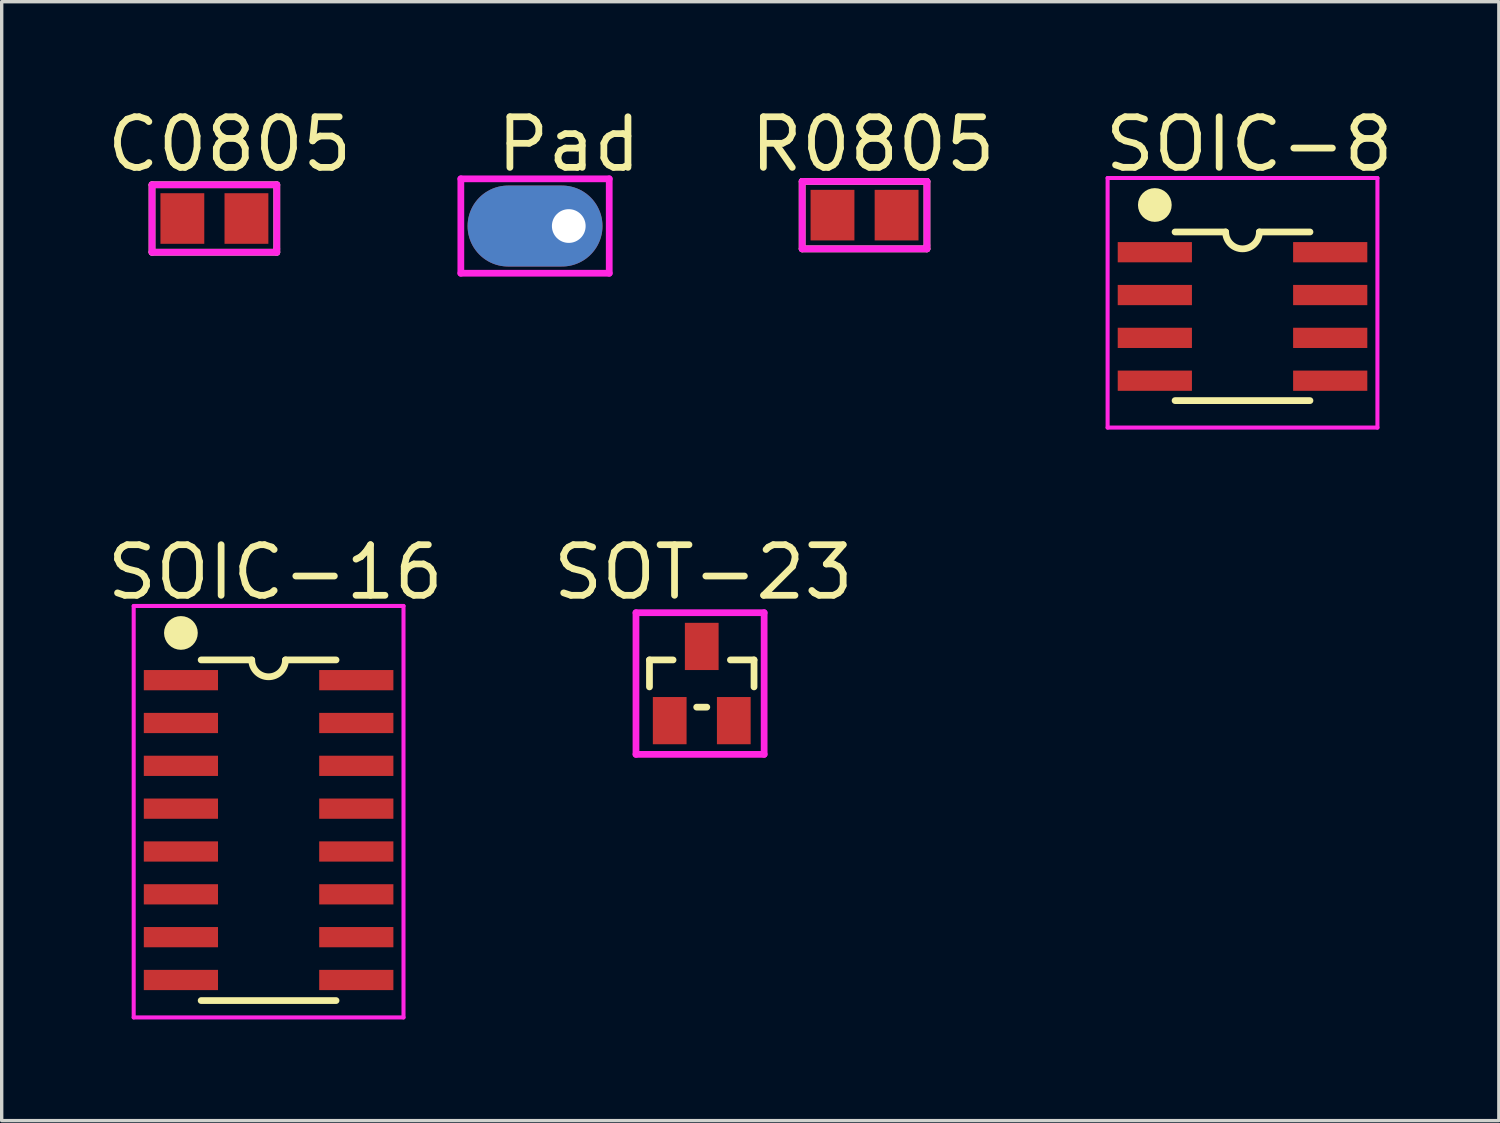
<source format=kicad_pcb>
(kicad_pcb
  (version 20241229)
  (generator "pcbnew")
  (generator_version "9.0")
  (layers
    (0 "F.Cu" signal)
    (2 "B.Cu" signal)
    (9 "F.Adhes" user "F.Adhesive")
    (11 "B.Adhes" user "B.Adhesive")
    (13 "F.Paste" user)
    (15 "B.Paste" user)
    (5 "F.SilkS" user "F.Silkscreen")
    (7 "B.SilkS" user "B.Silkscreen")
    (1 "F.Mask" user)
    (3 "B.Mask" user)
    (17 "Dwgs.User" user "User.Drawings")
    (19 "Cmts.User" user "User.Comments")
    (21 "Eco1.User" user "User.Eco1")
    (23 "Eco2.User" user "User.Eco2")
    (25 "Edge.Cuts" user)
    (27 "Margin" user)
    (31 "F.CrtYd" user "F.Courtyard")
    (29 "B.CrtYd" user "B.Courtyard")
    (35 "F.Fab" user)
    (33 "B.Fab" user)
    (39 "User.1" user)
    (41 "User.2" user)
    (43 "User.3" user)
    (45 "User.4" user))
  (footprint "SOIC-8"
    (layer "F.Cu")
    (at 31.191 4.428)
    (property "Reference" "SOIC-8" (at 2.8 -3.2 0) (layer "F.SilkS") (effects (font (size 1.5 1.5) (thickness 0.2))))
    (attr through_hole)
    (fp_line (start 0.6 -0.6) (end 2.1 -0.6) (stroke (width 0.2) (type solid)) (layer "F.SilkS"))
    (fp_line (start 0.6 4.4) (end 4.6 4.4) (stroke (width 0.2) (type solid)) (layer "F.SilkS"))
    (fp_line (start 3.1 -0.6) (end 4.6 -0.6) (stroke (width 0.2) (type solid)) (layer "F.SilkS"))
    (fp_arc (start 3.1 -0.6) (mid 2.6 -0.1) (end 2.1 -0.6) (stroke (width 0.2) (type solid)) (layer "F.SilkS"))
    (fp_circle (center 0 -1.4) (end 0.25 -1.4) (stroke (width 0.5) (type solid)) (fill no) (layer "F.SilkS"))
    (fp_line (start -1.4 -2.2) (end 6.6 -2.2) (stroke (width 0.12) (type solid)) (layer "F.CrtYd"))
    (fp_line (start -1.4 5.2) (end -1.4 -2.2) (stroke (width 0.12) (type solid)) (layer "F.CrtYd"))
    (fp_line (start 6.6 -2.2) (end 6.6 5.2) (stroke (width 0.12) (type solid)) (layer "F.CrtYd"))
    (fp_line (start 6.6 5.2) (end -1.4 5.2) (stroke (width 0.12) (type solid)) (layer "F.CrtYd"))
    (pad "1" smd rect (at 0 0) (size 2.2 0.6) (layers "F.Cu" "F.Mask" "F.Paste"))
    (pad "2" smd rect (at 0 1.27) (size 2.2 0.6) (layers "F.Cu" "F.Mask" "F.Paste"))
    (pad "3" smd rect (at 0 2.54) (size 2.2 0.6) (layers "F.Cu" "F.Mask" "F.Paste"))
    (pad "4" smd rect (at 0 3.81) (size 2.2 0.6) (layers "F.Cu" "F.Mask" "F.Paste"))
    (pad "5" smd rect (at 5.2 3.81) (size 2.2 0.6) (layers "F.Cu" "F.Mask" "F.Paste"))
    (pad "6" smd rect (at 5.2 2.54) (size 2.2 0.6) (layers "F.Cu" "F.Mask" "F.Paste"))
    (pad "7" smd rect (at 5.2 1.27) (size 2.2 0.6) (layers "F.Cu" "F.Mask" "F.Paste"))
    (pad "8" smd rect (at 5.2 0) (size 2.2 0.6) (layers "F.Cu" "F.Mask" "F.Paste")))
  (footprint "R0805"
    (layer "F.Cu")
    (at 21.634 3.329)
    (property "Reference" "R0805" (at 1.2 -2.1 0) (layer "F.SilkS") (effects (font (size 1.5 1.5) (thickness 0.2))))
    (attr through_hole)
    (fp_line (start -0.9 -1) (end 2.8 -1) (stroke (width 0.2) (type solid)) (layer "F.SilkS"))
    (fp_line (start -0.9 1) (end -0.9 -1) (stroke (width 0.2) (type solid)) (layer "F.SilkS"))
    (fp_line (start 2.8 -1) (end 2.8 1) (stroke (width 0.2) (type solid)) (layer "F.SilkS"))
    (fp_line (start 2.8 1) (end -0.9 1) (stroke (width 0.2) (type solid)) (layer "F.SilkS"))
    (fp_line (start -0.9 -1) (end -0.9 1) (stroke (width 0.2) (type solid)) (layer "F.CrtYd"))
    (fp_line (start -0.9 -1) (end 2.8 -1) (stroke (width 0.2) (type solid)) (layer "F.CrtYd"))
    (fp_line (start -0.9 1) (end 2.8 1) (stroke (width 0.2) (type solid)) (layer "F.CrtYd"))
    (fp_line (start 2.8 -1) (end 2.8 0.9) (stroke (width 0.2) (type solid)) (layer "F.CrtYd"))
    (fp_line (start 2.8 1) (end 2.8 0.9) (stroke (width 0.2) (type solid)) (layer "F.CrtYd"))
    (pad "1" smd rect (at 0 0) (size 1.3 1.5) (layers "F.Cu" "F.Mask" "F.Paste"))
    (pad "2" smd rect (at 1.9 0) (size 1.3 1.5) (layers "F.Cu" "F.Mask" "F.Paste")))
  (footprint "C0805"
    (layer "F.Cu")
    (at 2.357 3.429)
    (property "Reference" "C0805" (at 1.4 -2.2 0) (layer "F.SilkS") (effects (font (size 1.5 1.5) (thickness 0.2))))
    (attr through_hole)
    (fp_line (start -0.9 -1) (end 2.8 -1) (stroke (width 0.2) (type solid)) (layer "F.SilkS"))
    (fp_line (start -0.9 1) (end -0.9 -1) (stroke (width 0.2) (type solid)) (layer "F.SilkS"))
    (fp_line (start 2.8 -1) (end 2.8 1) (stroke (width 0.2) (type solid)) (layer "F.SilkS"))
    (fp_line (start 2.8 1) (end -0.9 1) (stroke (width 0.2) (type solid)) (layer "F.SilkS"))
    (fp_line (start -0.9 -1) (end -0.9 1) (stroke (width 0.2) (type solid)) (layer "F.CrtYd"))
    (fp_line (start -0.9 -1) (end 2.8 -1) (stroke (width 0.2) (type solid)) (layer "F.CrtYd"))
    (fp_line (start -0.9 1) (end 2.8 1) (stroke (width 0.2) (type solid)) (layer "F.CrtYd"))
    (fp_line (start 2.8 -1) (end 2.8 0.9) (stroke (width 0.2) (type solid)) (layer "F.CrtYd"))
    (fp_line (start 2.8 1) (end 2.8 0.9) (stroke (width 0.2) (type solid)) (layer "F.CrtYd"))
    (pad "1" smd rect (at 0 0) (size 1.3 1.5) (layers "F.Cu" "F.Mask" "F.Paste"))
    (pad "2" smd rect (at 1.9 0) (size 1.3 1.5) (layers "F.Cu" "F.Mask" "F.Paste")))
  (footprint "SOIC-16"
    (layer "F.Cu")
    (at 2.314 17.117)
    (property "Reference" "SOIC-16" (at 2.8 -3.2 0) (layer "F.SilkS") (effects (font (size 1.5 1.5) (thickness 0.2))))
    (attr through_hole)
    (fp_line (start 0.6 -0.6) (end 2.1 -0.6) (stroke (width 0.2) (type solid)) (layer "F.SilkS"))
    (fp_line (start 0.6 9.5) (end 4.6 9.5) (stroke (width 0.2) (type solid)) (layer "F.SilkS"))
    (fp_line (start 3.1 -0.6) (end 4.6 -0.6) (stroke (width 0.2) (type solid)) (layer "F.SilkS"))
    (fp_arc (start 3.1 -0.6) (mid 2.6 -0.1) (end 2.1 -0.6) (stroke (width 0.2) (type solid)) (layer "F.SilkS"))
    (fp_circle (center 0 -1.4) (end 0.25 -1.4) (stroke (width 0.5) (type solid)) (fill no) (layer "F.SilkS"))
    (fp_line (start -1.4 -2.2) (end 6.6 -2.2) (stroke (width 0.12) (type solid)) (layer "F.CrtYd"))
    (fp_line (start -1.4 10) (end -1.4 -2.2) (stroke (width 0.12) (type solid)) (layer "F.CrtYd"))
    (fp_line (start 6.6 -2.2) (end 6.6 10) (stroke (width 0.12) (type solid)) (layer "F.CrtYd"))
    (fp_line (start 6.6 10) (end -1.4 10) (stroke (width 0.12) (type solid)) (layer "F.CrtYd"))
    (pad "1" smd rect (at 0 0) (size 2.2 0.6) (layers "F.Cu" "F.Mask" "F.Paste"))
    (pad "2" smd rect (at 0 1.27) (size 2.2 0.6) (layers "F.Cu" "F.Mask" "F.Paste"))
    (pad "3" smd rect (at 0 2.54) (size 2.2 0.6) (layers "F.Cu" "F.Mask" "F.Paste"))
    (pad "4" smd rect (at 0 3.81) (size 2.2 0.6) (layers "F.Cu" "F.Mask" "F.Paste"))
    (pad "5" smd rect (at 0 5.08) (size 2.2 0.6) (layers "F.Cu" "F.Mask" "F.Paste"))
    (pad "6" smd rect (at 0 6.35) (size 2.2 0.6) (layers "F.Cu" "F.Mask" "F.Paste"))
    (pad "7" smd rect (at 0 7.62) (size 2.2 0.6) (layers "F.Cu" "F.Mask" "F.Paste"))
    (pad "8" smd rect (at 0 8.89) (size 2.2 0.6) (layers "F.Cu" "F.Mask" "F.Paste"))
    (pad "9" smd rect (at 5.2 8.89) (size 2.2 0.6) (layers "F.Cu" "F.Mask" "F.Paste"))
    (pad "10" smd rect (at 5.2 7.62) (size 2.2 0.6) (layers "F.Cu" "F.Mask" "F.Paste"))
    (pad "11" smd rect (at 5.2 6.35) (size 2.2 0.6) (layers "F.Cu" "F.Mask" "F.Paste"))
    (pad "12" smd rect (at 5.2 5.08) (size 2.2 0.6) (layers "F.Cu" "F.Mask" "F.Paste"))
    (pad "13" smd rect (at 5.2 3.81) (size 2.2 0.6) (layers "F.Cu" "F.Mask" "F.Paste"))
    (pad "14" smd rect (at 5.2 2.54) (size 2.2 0.6) (layers "F.Cu" "F.Mask" "F.Paste"))
    (pad "15" smd rect (at 5.2 1.27) (size 2.2 0.6) (layers "F.Cu" "F.Mask" "F.Paste"))
    (pad "16" smd rect (at 5.2 0) (size 2.2 0.6) (layers "F.Cu" "F.Mask" "F.Paste")))
  (footprint "Pad"
    (layer "F.Cu")
    (at 13.814 3.652)
    (property "Reference" "Pad" (at 0.005 -2.423 0) (layer "F.SilkS") (effects (font (size 1.5 1.5) (thickness 0.2))))
    (attr through_hole)
    (fp_line (start -3.2 -1.4) (end 1.2 -1.4) (stroke (width 0.2) (type solid)) (layer "F.CrtYd"))
    (fp_line (start -3.2 1.4) (end -3.2 -1.4) (stroke (width 0.2) (type solid)) (layer "F.CrtYd"))
    (fp_line (start 1.2 -1.4) (end 1.2 1.4) (stroke (width 0.2) (type solid)) (layer "F.CrtYd"))
    (fp_line (start 1.2 1.4) (end -3.2 1.4) (stroke (width 0.2) (type solid)) (layer "F.CrtYd"))
    (pad "1" thru_hole oval (at 0 0) (size 4 2.4) (drill 1 (offset -1 0)) (layers "*.Cu" "*.Mask")))
  (footprint "SOT-23"
    (layer "F.Cu")
    (at 16.807 18.317)
    (property "Reference" "SOT-23" (at 1 -4.4 0) (layer "F.SilkS") (effects (font (size 1.5 1.5) (thickness 0.2))))
    (attr through_hole)
    (fp_line (start -0.6 -1.8) (end -0.6 -1) (stroke (width 0.2) (type solid)) (layer "F.SilkS"))
    (fp_line (start 0.1 -1.8) (end -0.6 -1.8) (stroke (width 0.2) (type solid)) (layer "F.SilkS"))
    (fp_line (start 0.8 -0.4) (end 1.1 -0.4) (stroke (width 0.2) (type solid)) (layer "F.SilkS"))
    (fp_line (start 2.5 -1.8) (end 1.8 -1.8) (stroke (width 0.2) (type solid)) (layer "F.SilkS"))
    (fp_line (start 2.5 -1) (end 2.5 -1.8) (stroke (width 0.2) (type solid)) (layer "F.SilkS"))
    (fp_line (start -1 -3.2) (end 2.8 -3.2) (stroke (width 0.2) (type solid)) (layer "F.CrtYd"))
    (fp_line (start -1 1) (end -1 -3.2) (stroke (width 0.2) (type solid)) (layer "F.CrtYd"))
    (fp_line (start 2.8 -3.2) (end 2.8 1) (stroke (width 0.2) (type solid)) (layer "F.CrtYd"))
    (fp_line (start 2.8 1) (end -1 1) (stroke (width 0.2) (type solid)) (layer "F.CrtYd"))
    (pad "1" smd rect (at 0 0) (size 1 1.4) (layers "F.Cu" "F.Mask" "F.Paste"))
    (pad "2" smd rect (at 1.9 0) (size 1 1.4) (layers "F.Cu" "F.Mask" "F.Paste"))
    (pad "3" smd rect (at 0.95 -2.2) (size 1 1.4) (layers "F.Cu" "F.Mask" "F.Paste")))
  (gr_rect
    (start -3 -3)
    (end 41.391 30.177)
    (stroke (width 0.1) (type default))
    (fill no)
    (layer "Edge.Cuts")))
</source>
